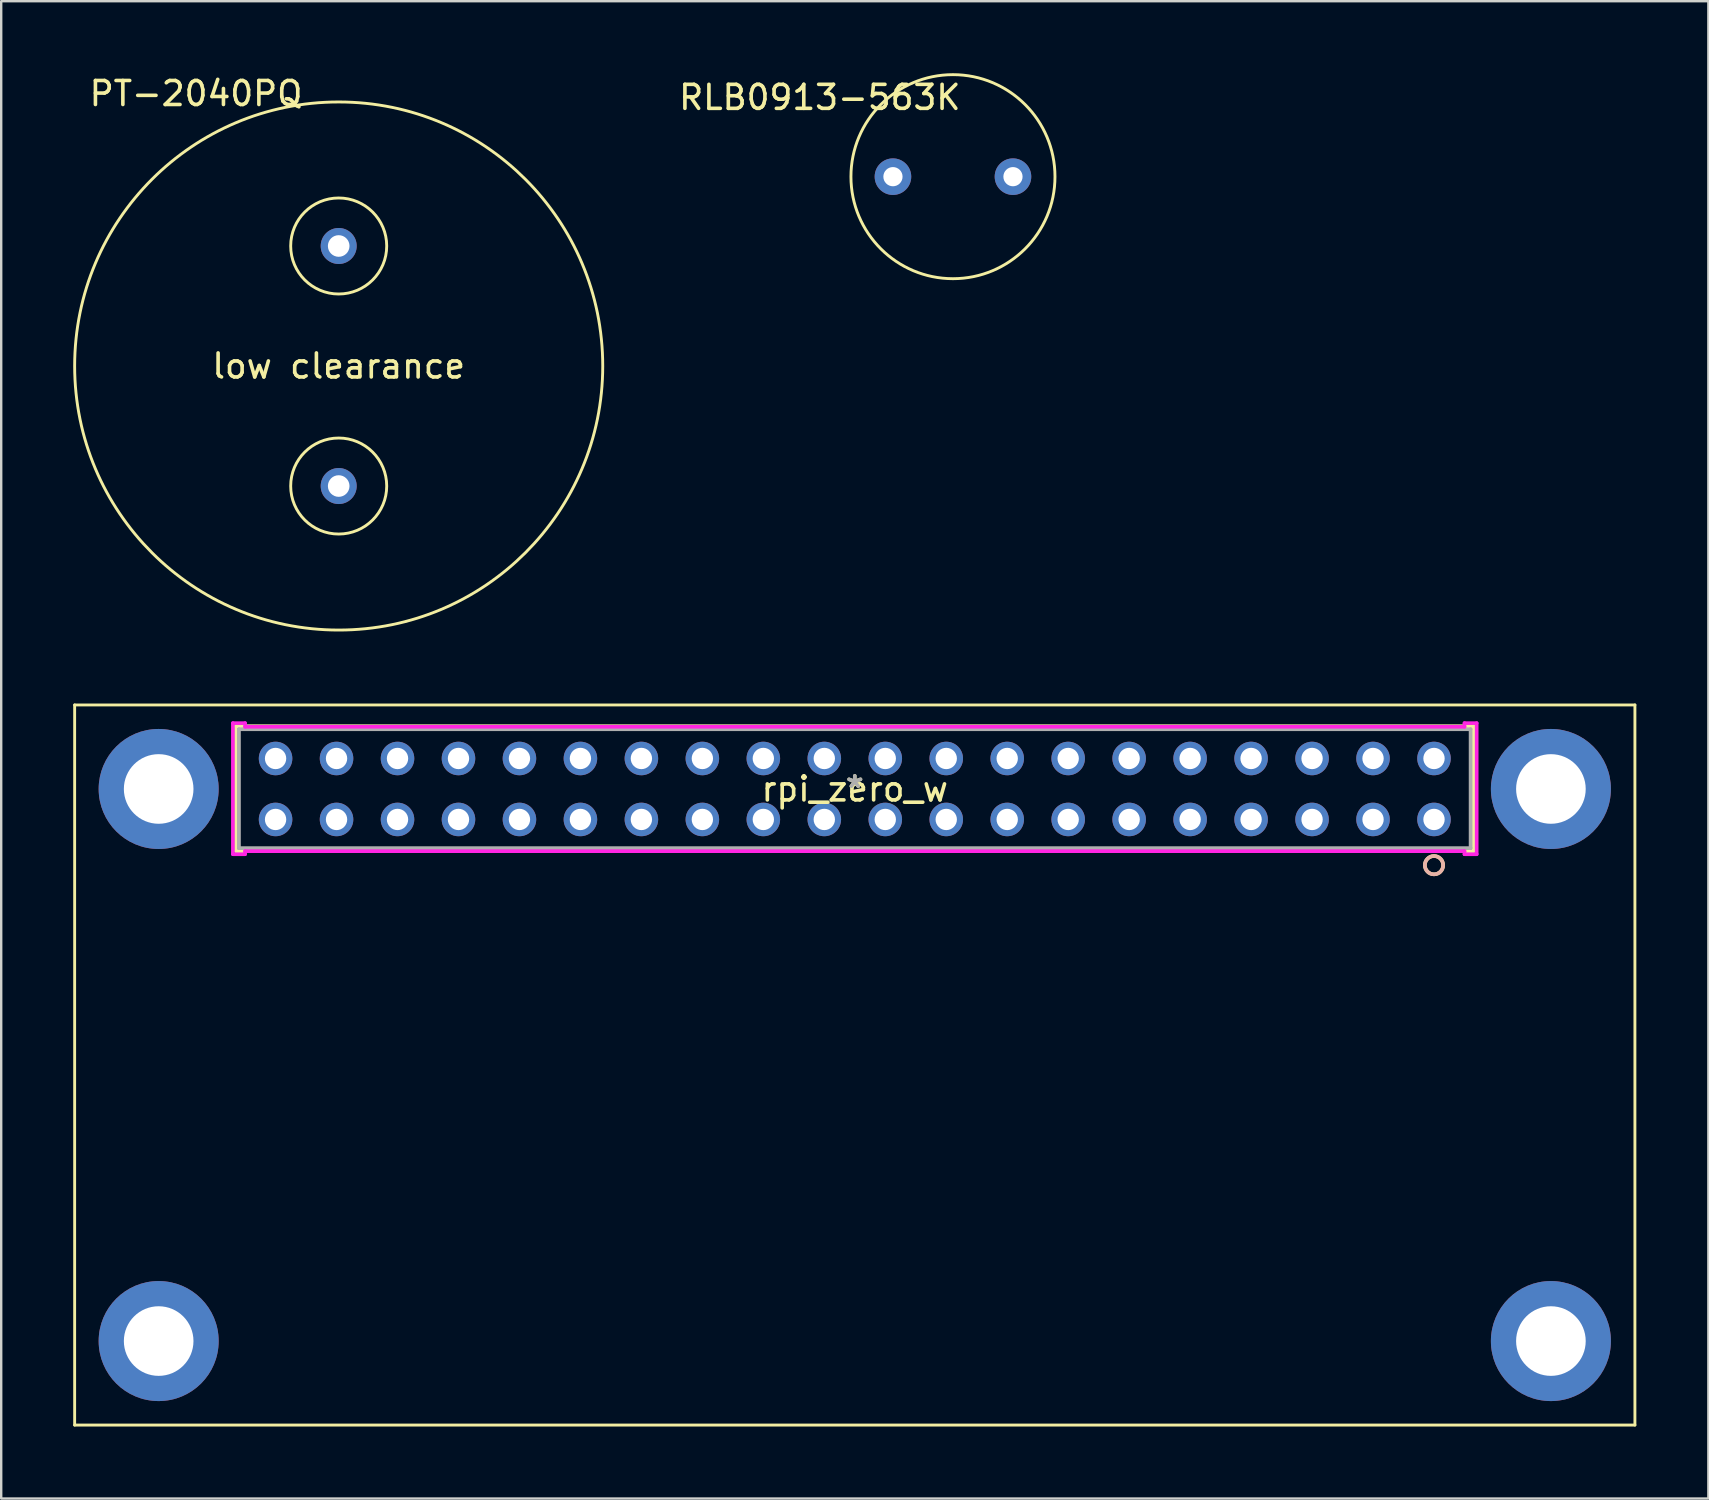
<source format=kicad_pcb>
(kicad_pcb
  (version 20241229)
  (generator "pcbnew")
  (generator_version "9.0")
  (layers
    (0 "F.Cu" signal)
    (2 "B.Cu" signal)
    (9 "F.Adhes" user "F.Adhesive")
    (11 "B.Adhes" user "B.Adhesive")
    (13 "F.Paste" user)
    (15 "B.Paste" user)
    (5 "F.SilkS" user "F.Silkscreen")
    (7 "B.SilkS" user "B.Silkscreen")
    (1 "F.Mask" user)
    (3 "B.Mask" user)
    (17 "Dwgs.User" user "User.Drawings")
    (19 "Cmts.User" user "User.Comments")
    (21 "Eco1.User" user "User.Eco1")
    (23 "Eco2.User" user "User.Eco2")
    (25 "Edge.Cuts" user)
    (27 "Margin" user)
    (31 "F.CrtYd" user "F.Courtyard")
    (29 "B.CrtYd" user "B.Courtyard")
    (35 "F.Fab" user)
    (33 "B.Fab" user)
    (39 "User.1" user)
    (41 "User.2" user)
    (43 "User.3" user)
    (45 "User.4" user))
  (footprint "rpi_zero_w"
    (layer "F.Cu")
    (at 32.56 29.818)
    (property "Reference" "rpi_zero_w" (at 0 0 0) (layer "F.SilkS") (effects (font (size 1 1) (thickness 0.15))))
    (attr through_hole)
    (fp_line (start -32.5 -3.5) (end -32.5 26.5) (stroke (width 0.12) (type solid)) (layer "F.SilkS"))
    (fp_line (start -32.5 -3.5) (end 32.5 -3.5) (stroke (width 0.12) (type solid)) (layer "F.SilkS"))
    (fp_line (start -32.5 26.5) (end 32.5 26.5) (stroke (width 0.12) (type solid)) (layer "F.SilkS"))
    (fp_line (start -25.781 -2.616) (end -25.781 2.591) (stroke (width 0.152) (type solid)) (layer "F.SilkS"))
    (fp_line (start -25.781 2.591) (end 25.781 2.591) (stroke (width 0.152) (type solid)) (layer "F.SilkS"))
    (fp_line (start 25.781 -2.616) (end -25.781 -2.616) (stroke (width 0.152) (type solid)) (layer "F.SilkS"))
    (fp_line (start 25.781 2.591) (end 25.781 -2.616) (stroke (width 0.152) (type solid)) (layer "F.SilkS"))
    (fp_line (start 32.5 -3.5) (end 32.5 26.5) (stroke (width 0.12) (type solid)) (layer "F.SilkS"))
    (fp_circle (center 24.13 3.175) (end 24.511 3.175) (stroke (width 0.152) (type solid)) (fill no) (layer "F.SilkS"))
    (fp_circle (center 24.13 3.175) (end 24.511 3.175) (stroke (width 0.152) (type solid)) (fill no) (layer "B.SilkS"))
    (fp_line (start -25.908 -2.743) (end -25.908 2.718) (stroke (width 0.152) (type solid)) (layer "F.CrtYd"))
    (fp_line (start -25.908 2.718) (end -25.4 2.718) (stroke (width 0.152) (type solid)) (layer "F.CrtYd"))
    (fp_line (start -25.4 -2.743) (end -25.908 -2.743) (stroke (width 0.152) (type solid)) (layer "F.CrtYd"))
    (fp_line (start -25.4 -2.591) (end -25.4 -2.743) (stroke (width 0.152) (type solid)) (layer "F.CrtYd"))
    (fp_line (start -25.4 2.591) (end 25.4 2.591) (stroke (width 0.152) (type solid)) (layer "F.CrtYd"))
    (fp_line (start -25.4 2.718) (end -25.4 2.591) (stroke (width 0.152) (type solid)) (layer "F.CrtYd"))
    (fp_line (start 25.4 -2.743) (end 25.4 -2.591) (stroke (width 0.152) (type solid)) (layer "F.CrtYd"))
    (fp_line (start 25.4 -2.591) (end -25.4 -2.591) (stroke (width 0.152) (type solid)) (layer "F.CrtYd"))
    (fp_line (start 25.4 2.591) (end 25.4 2.718) (stroke (width 0.152) (type solid)) (layer "F.CrtYd"))
    (fp_line (start 25.4 2.718) (end 25.908 2.718) (stroke (width 0.152) (type solid)) (layer "F.CrtYd"))
    (fp_line (start 25.908 -2.743) (end 25.4 -2.743) (stroke (width 0.152) (type solid)) (layer "F.CrtYd"))
    (fp_line (start 25.908 2.718) (end 25.908 -2.743) (stroke (width 0.152) (type solid)) (layer "F.CrtYd"))
    (fp_line (start -25.654 -2.489) (end -25.654 2.464) (stroke (width 0.152) (type solid)) (layer "F.Fab"))
    (fp_line (start -25.654 2.464) (end 25.654 2.464) (stroke (width 0.152) (type solid)) (layer "F.Fab"))
    (fp_line (start 25.654 -2.489) (end -25.654 -2.489) (stroke (width 0.152) (type solid)) (layer "F.Fab"))
    (fp_line (start 25.654 2.464) (end 25.654 -2.489) (stroke (width 0.152) (type solid)) (layer "F.Fab"))
    (fp_circle (center 24.13 1.27) (end 24.384 1.27) (stroke (width 0.152) (type solid)) (fill no) (layer "F.Fab"))
    (fp_text user "*" (at 0 0 0) (layer "F.SilkS") (effects (font (size 1 1) (thickness 0.15))))
    (fp_text user "Copyright 2016 Accelerated Designs. All rights reserved." (at 0 0 0) (layer "Cmts.User") (effects (font (size 0.127 0.127) (thickness 0.002))))
    (fp_text user "*" (at 0 0 0) (layer "F.Fab") (effects (font (size 1 1) (thickness 0.15))))
    (pad "" thru_hole circle (at -29 0) (size 5 5) (drill 2.9) (layers "*.Cu" "*.Mask"))
    (pad "" thru_hole circle (at -29 23) (size 5 5) (drill 2.9) (layers "*.Cu" "*.Mask"))
    (pad "" thru_hole circle (at 29 0) (size 5 5) (drill 2.9) (layers "*.Cu" "*.Mask"))
    (pad "" thru_hole circle (at 29 23) (size 5 5) (drill 2.9) (layers "*.Cu" "*.Mask"))
    (pad "1" thru_hole circle (at 24.13 1.27 90) (size 1.397 1.397) (drill 0.889) (layers "*.Cu" "*.Mask"))
    (pad "2" thru_hole circle (at 24.13 -1.27 90) (size 1.397 1.397) (drill 0.889) (layers "*.Cu" "*.Mask"))
    (pad "3" thru_hole circle (at 21.59 1.27 90) (size 1.397 1.397) (drill 0.889) (layers "*.Cu" "*.Mask"))
    (pad "4" thru_hole circle (at 21.59 -1.27 90) (size 1.397 1.397) (drill 0.889) (layers "*.Cu" "*.Mask"))
    (pad "5" thru_hole circle (at 19.05 1.27 90) (size 1.397 1.397) (drill 0.889) (layers "*.Cu" "*.Mask"))
    (pad "6" thru_hole circle (at 19.05 -1.27 90) (size 1.397 1.397) (drill 0.889) (layers "*.Cu" "*.Mask"))
    (pad "7" thru_hole circle (at 16.51 1.27 90) (size 1.397 1.397) (drill 0.889) (layers "*.Cu" "*.Mask"))
    (pad "8" thru_hole circle (at 16.51 -1.27 90) (size 1.397 1.397) (drill 0.889) (layers "*.Cu" "*.Mask"))
    (pad "9" thru_hole circle (at 13.97 1.27 90) (size 1.397 1.397) (drill 0.889) (layers "*.Cu" "*.Mask"))
    (pad "10" thru_hole circle (at 13.97 -1.27 90) (size 1.397 1.397) (drill 0.889) (layers "*.Cu" "*.Mask"))
    (pad "11" thru_hole circle (at 11.43 1.27 90) (size 1.397 1.397) (drill 0.889) (layers "*.Cu" "*.Mask"))
    (pad "12" thru_hole circle (at 11.43 -1.27 90) (size 1.397 1.397) (drill 0.889) (layers "*.Cu" "*.Mask"))
    (pad "13" thru_hole circle (at 8.89 1.27 90) (size 1.397 1.397) (drill 0.889) (layers "*.Cu" "*.Mask"))
    (pad "14" thru_hole circle (at 8.89 -1.27 90) (size 1.397 1.397) (drill 0.889) (layers "*.Cu" "*.Mask"))
    (pad "15" thru_hole circle (at 6.35 1.27 90) (size 1.397 1.397) (drill 0.889) (layers "*.Cu" "*.Mask"))
    (pad "16" thru_hole circle (at 6.35 -1.27 90) (size 1.397 1.397) (drill 0.889) (layers "*.Cu" "*.Mask"))
    (pad "17" thru_hole circle (at 3.81 1.27 90) (size 1.397 1.397) (drill 0.889) (layers "*.Cu" "*.Mask"))
    (pad "18" thru_hole circle (at 3.81 -1.27 90) (size 1.397 1.397) (drill 0.889) (layers "*.Cu" "*.Mask"))
    (pad "19" thru_hole circle (at 1.27 1.27 90) (size 1.397 1.397) (drill 0.889) (layers "*.Cu" "*.Mask"))
    (pad "20" thru_hole circle (at 1.27 -1.27 90) (size 1.397 1.397) (drill 0.889) (layers "*.Cu" "*.Mask"))
    (pad "21" thru_hole circle (at -1.27 1.27 90) (size 1.397 1.397) (drill 0.889) (layers "*.Cu" "*.Mask"))
    (pad "22" thru_hole circle (at -1.27 -1.27 90) (size 1.397 1.397) (drill 0.889) (layers "*.Cu" "*.Mask"))
    (pad "23" thru_hole circle (at -3.81 1.27 90) (size 1.397 1.397) (drill 0.889) (layers "*.Cu" "*.Mask"))
    (pad "24" thru_hole circle (at -3.81 -1.27 90) (size 1.397 1.397) (drill 0.889) (layers "*.Cu" "*.Mask"))
    (pad "25" thru_hole circle (at -6.35 1.27 90) (size 1.397 1.397) (drill 0.889) (layers "*.Cu" "*.Mask"))
    (pad "26" thru_hole circle (at -6.35 -1.27 90) (size 1.397 1.397) (drill 0.889) (layers "*.Cu" "*.Mask"))
    (pad "27" thru_hole circle (at -8.89 1.27 90) (size 1.397 1.397) (drill 0.889) (layers "*.Cu" "*.Mask"))
    (pad "28" thru_hole circle (at -8.89 -1.27 90) (size 1.397 1.397) (drill 0.889) (layers "*.Cu" "*.Mask"))
    (pad "29" thru_hole circle (at -11.43 1.27 90) (size 1.397 1.397) (drill 0.889) (layers "*.Cu" "*.Mask"))
    (pad "30" thru_hole circle (at -11.43 -1.27 90) (size 1.397 1.397) (drill 0.889) (layers "*.Cu" "*.Mask"))
    (pad "31" thru_hole circle (at -13.97 1.27 90) (size 1.397 1.397) (drill 0.889) (layers "*.Cu" "*.Mask"))
    (pad "32" thru_hole circle (at -13.97 -1.27 90) (size 1.397 1.397) (drill 0.889) (layers "*.Cu" "*.Mask"))
    (pad "33" thru_hole circle (at -16.51 1.27 90) (size 1.397 1.397) (drill 0.889) (layers "*.Cu" "*.Mask"))
    (pad "34" thru_hole circle (at -16.51 -1.27 90) (size 1.397 1.397) (drill 0.889) (layers "*.Cu" "*.Mask"))
    (pad "35" thru_hole circle (at -19.05 1.27 90) (size 1.397 1.397) (drill 0.889) (layers "*.Cu" "*.Mask"))
    (pad "36" thru_hole circle (at -19.05 -1.27 90) (size 1.397 1.397) (drill 0.889) (layers "*.Cu" "*.Mask"))
    (pad "37" thru_hole circle (at -21.59 1.27 90) (size 1.397 1.397) (drill 0.889) (layers "*.Cu" "*.Mask"))
    (pad "38" thru_hole circle (at -21.59 -1.27 90) (size 1.397 1.397) (drill 0.889) (layers "*.Cu" "*.Mask"))
    (pad "39" thru_hole circle (at -24.13 1.27 90) (size 1.397 1.397) (drill 0.889) (layers "*.Cu" "*.Mask"))
    (pad "40" thru_hole circle (at -24.13 -1.27 90) (size 1.397 1.397) (drill 0.889) (layers "*.Cu" "*.Mask")))
  (footprint "PT-2040PQ"
    (layer "F.Cu")
    (at 11.06 7.198)
    (property "Reference" "PT-2040PQ" (at -5.944 -6.35 0) (layer "F.SilkS") (effects (font (size 1 1) (thickness 0.15))))
    (attr through_hole)
    (fp_circle (center 0 0) (end 2 0) (stroke (width 0.12) (type solid)) (fill no) (layer "F.SilkS"))
    (fp_circle (center 0 5) (end 11 5) (stroke (width 0.12) (type solid)) (fill no) (layer "F.SilkS"))
    (fp_circle (center 0 10) (end 2 10) (stroke (width 0.12) (type solid)) (fill no) (layer "F.SilkS"))
    (fp_text user "low clearance" (at 0 5 180) (layer "F.SilkS") (effects (font (size 1 1) (thickness 0.15))))
    (pad "1" thru_hole circle (at 0 0) (size 1.5 1.5) (drill 0.9) (layers "*.Cu" "*.Mask"))
    (pad "2" thru_hole circle (at 0 10) (size 1.5 1.5) (drill 0.9) (layers "*.Cu" "*.Mask")))
  (footprint "RLB0913-563K"
    (layer "F.Cu")
    (at 34.15 4.31)
    (property "Reference" "RLB0913-563K" (at -3.048 -3.302 0) (layer "F.SilkS") (effects (font (size 1 1) (thickness 0.15))))
    (attr through_hole)
    (fp_circle (center 2.5 0) (end 6.75 0) (stroke (width 0.12) (type solid)) (fill no) (layer "F.SilkS"))
    (pad "1" thru_hole circle (at 0 0) (size 1.524 1.524) (drill 0.8) (layers "*.Cu" "*.Mask"))
    (pad "2" thru_hole circle (at 5 0) (size 1.524 1.524) (drill 0.8) (layers "*.Cu" "*.Mask")))
  (gr_rect
    (start -3 -3)
    (end 68.12 59.378)
    (stroke (width 0.1) (type default))
    (fill no)
    (layer "Edge.Cuts")))
</source>
